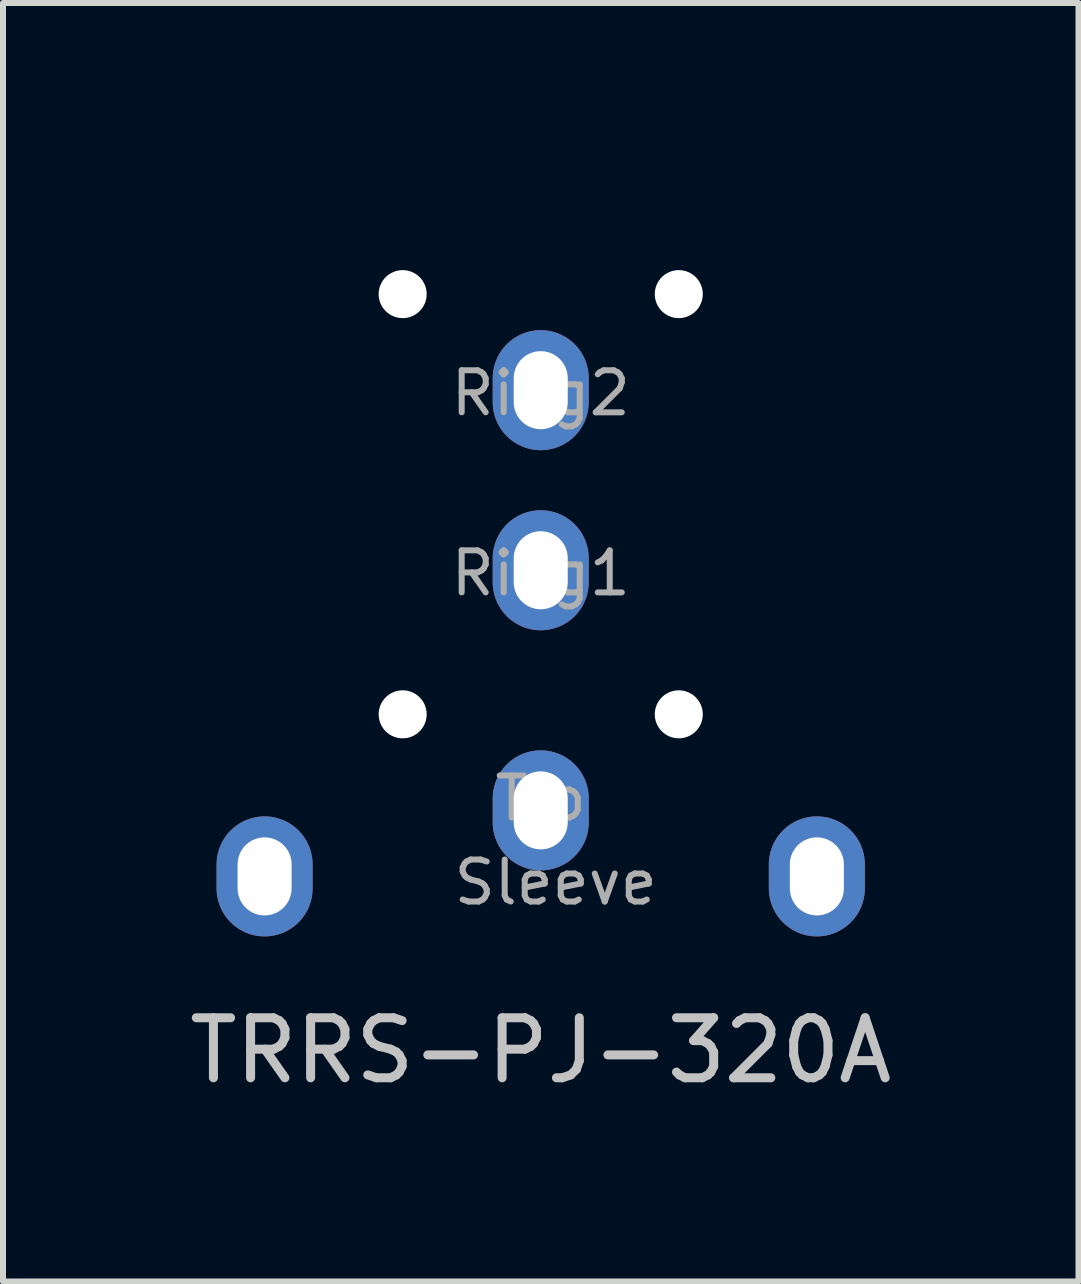
<source format=kicad_pcb>
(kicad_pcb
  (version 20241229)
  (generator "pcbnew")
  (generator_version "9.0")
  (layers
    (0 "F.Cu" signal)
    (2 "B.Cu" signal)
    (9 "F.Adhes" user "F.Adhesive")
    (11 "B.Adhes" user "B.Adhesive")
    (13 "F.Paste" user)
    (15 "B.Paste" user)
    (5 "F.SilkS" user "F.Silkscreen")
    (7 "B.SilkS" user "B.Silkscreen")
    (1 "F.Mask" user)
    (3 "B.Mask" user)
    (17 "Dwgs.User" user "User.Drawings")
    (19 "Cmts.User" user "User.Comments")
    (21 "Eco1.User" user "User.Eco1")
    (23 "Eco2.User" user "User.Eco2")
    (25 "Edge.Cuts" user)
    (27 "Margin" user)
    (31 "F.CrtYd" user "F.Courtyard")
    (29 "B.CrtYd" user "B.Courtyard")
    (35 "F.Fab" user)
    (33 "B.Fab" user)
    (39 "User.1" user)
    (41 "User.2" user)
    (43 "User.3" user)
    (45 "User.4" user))
  (footprint "TRRS-PJ-320A"
    (layer "F.Cu")
    (at 5.958 0.25)
    (property "Reference" "TRRS-PJ-320A" (at 0 14.2 0) (layer "Dwgs.User") (effects (font (size 1 1) (thickness 0.15))))
    (attr through_hole)
    (fp_text user "Ring2" (at 0 3.25 0) (layer "F.Fab") (effects (font (size 0.7 0.7) (thickness 0.1))))
    (fp_text user "Sleeve" (at 0.25 11.4 0) (layer "F.Fab") (effects (font (size 0.7 0.7) (thickness 0.1))))
    (fp_text user "Tip" (at 0 10 0) (layer "F.Fab") (effects (font (size 0.7 0.7) (thickness 0.1))))
    (fp_text user "Ring1" (at 0 6.25 0) (layer "F.Fab") (effects (font (size 0.7 0.7) (thickness 0.1))))
    (pad "" np_thru_hole circle (at -2.3 1.6) (size 0.8 0.8) (drill 0.8) (layers "*.Cu" "*.Mask"))
    (pad "" np_thru_hole circle (at -2.3 8.6) (size 0.8 0.8) (drill 0.8) (layers "*.Cu" "*.Mask"))
    (pad "" np_thru_hole circle (at 2.3 1.6) (size 0.8 0.8) (drill 0.8) (layers "*.Cu" "*.Mask"))
    (pad "" np_thru_hole circle (at 2.3 8.6) (size 0.8 0.8) (drill 0.8) (layers "*.Cu" "*.Mask"))
    (pad "1" thru_hole oval (at -4.6 11.3) (size 1.6 2) (drill oval 0.9 1.3) (layers "*.Cu" "*.Mask"))
    (pad "1" thru_hole oval (at 4.6 11.3) (size 1.6 2) (drill oval 0.9 1.3) (layers "*.Cu" "*.Mask"))
    (pad "2" thru_hole oval (at 0 10.2) (size 1.6 2) (drill oval 0.9 1.3) (layers "*.Cu" "*.Mask"))
    (pad "3" thru_hole oval (at 0 6.2) (size 1.6 2) (drill oval 0.9 1.3) (layers "*.Cu" "*.Mask"))
    (pad "4" thru_hole oval (at 0 3.2) (size 1.6 2) (drill oval 0.9 1.3) (layers "*.Cu" "*.Mask")))
  (gr_rect
    (start -3 -3)
    (end 14.917 18.298)
    (stroke (width 0.1) (type default))
    (fill no)
    (layer "Edge.Cuts")))
</source>
